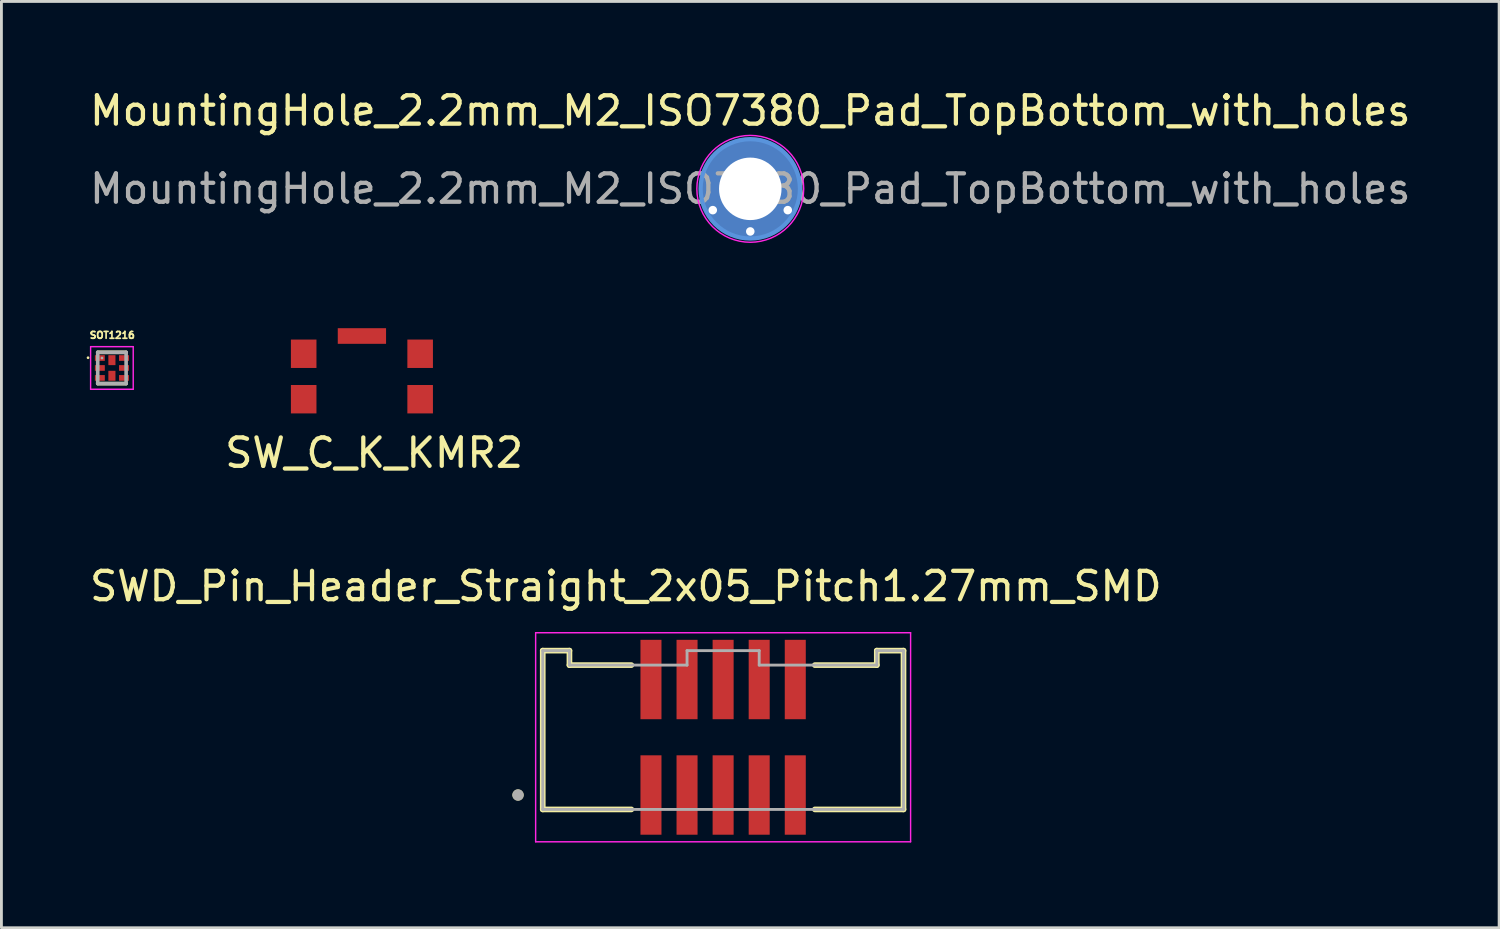
<source format=kicad_pcb>
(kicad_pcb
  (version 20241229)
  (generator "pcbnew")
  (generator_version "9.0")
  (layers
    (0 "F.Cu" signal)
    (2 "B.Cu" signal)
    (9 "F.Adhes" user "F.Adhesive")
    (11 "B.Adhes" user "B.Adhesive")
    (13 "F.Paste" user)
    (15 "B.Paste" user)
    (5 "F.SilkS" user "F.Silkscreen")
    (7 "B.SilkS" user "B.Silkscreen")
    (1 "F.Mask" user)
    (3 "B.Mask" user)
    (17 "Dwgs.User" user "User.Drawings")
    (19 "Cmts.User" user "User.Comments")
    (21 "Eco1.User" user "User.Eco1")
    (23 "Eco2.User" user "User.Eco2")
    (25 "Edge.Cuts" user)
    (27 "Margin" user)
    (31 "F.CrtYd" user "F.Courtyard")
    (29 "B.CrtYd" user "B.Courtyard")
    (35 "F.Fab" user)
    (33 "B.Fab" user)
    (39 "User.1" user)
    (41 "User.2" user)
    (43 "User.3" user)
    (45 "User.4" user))
  (footprint "SWD_Pin_Header_Straight_2x05_Pitch1.27mm_SMD"
    (layer "F.Cu")
    (at 22.407 22.905)
    (property "Reference" "SWD_Pin_Header_Straight_2x05_Pitch1.27mm_SMD" (at -3.425 -5.315 0) (layer "F.SilkS") (effects (font (size 1 1) (thickness 0.15))))
    (attr smd)
    (fp_line (start -6.35 -3.05) (end -5.41 -3.05) (stroke (width 0.2) (type solid)) (layer "F.SilkS"))
    (fp_line (start -6.35 2.54) (end -6.35 -3.05) (stroke (width 0.2) (type solid)) (layer "F.SilkS"))
    (fp_line (start -5.41 -3.05) (end -5.41 -2.54) (stroke (width 0.2) (type solid)) (layer "F.SilkS"))
    (fp_line (start -5.41 -2.54) (end -3.23 -2.54) (stroke (width 0.2) (type solid)) (layer "F.SilkS"))
    (fp_line (start -3.23 2.54) (end -6.35 2.54) (stroke (width 0.2) (type solid)) (layer "F.SilkS"))
    (fp_line (start 3.23 -2.54) (end 5.41 -2.54) (stroke (width 0.2) (type solid)) (layer "F.SilkS"))
    (fp_line (start 5.41 -3.05) (end 6.35 -3.05) (stroke (width 0.2) (type solid)) (layer "F.SilkS"))
    (fp_line (start 5.41 -2.54) (end 5.41 -3.05) (stroke (width 0.2) (type solid)) (layer "F.SilkS"))
    (fp_line (start 6.35 -3.05) (end 6.35 2.54) (stroke (width 0.2) (type solid)) (layer "F.SilkS"))
    (fp_line (start 6.35 2.54) (end 3.23 2.54) (stroke (width 0.2) (type solid)) (layer "F.SilkS"))
    (fp_circle (center -7.22 2.033) (end -7.12 2.033) (stroke (width 0.2) (type solid)) (fill no) (layer "F.SilkS"))
    (fp_line (start -6.6 -3.68) (end -6.6 3.68) (stroke (width 0.05) (type solid)) (layer "F.CrtYd"))
    (fp_line (start -6.6 3.68) (end 6.6 3.68) (stroke (width 0.05) (type solid)) (layer "F.CrtYd"))
    (fp_line (start 6.6 -3.68) (end -6.6 -3.68) (stroke (width 0.05) (type solid)) (layer "F.CrtYd"))
    (fp_line (start 6.6 3.68) (end 6.6 -3.68) (stroke (width 0.05) (type solid)) (layer "F.CrtYd"))
    (fp_line (start -6.35 -3.05) (end -5.41 -3.05) (stroke (width 0.1) (type solid)) (layer "F.Fab"))
    (fp_line (start -6.35 2.54) (end -6.35 -3.05) (stroke (width 0.1) (type solid)) (layer "F.Fab"))
    (fp_line (start -5.41 -3.05) (end -5.41 -2.54) (stroke (width 0.1) (type solid)) (layer "F.Fab"))
    (fp_line (start -5.41 -2.54) (end -1.27 -2.54) (stroke (width 0.1) (type solid)) (layer "F.Fab"))
    (fp_line (start -1.27 -3.05) (end 1.27 -3.05) (stroke (width 0.1) (type solid)) (layer "F.Fab"))
    (fp_line (start -1.27 -2.54) (end -1.27 -3.05) (stroke (width 0.1) (type solid)) (layer "F.Fab"))
    (fp_line (start 1.27 -3.05) (end 1.27 -2.54) (stroke (width 0.1) (type solid)) (layer "F.Fab"))
    (fp_line (start 1.27 -2.54) (end 5.41 -2.54) (stroke (width 0.1) (type solid)) (layer "F.Fab"))
    (fp_line (start 5.41 -3.05) (end 6.35 -3.05) (stroke (width 0.1) (type solid)) (layer "F.Fab"))
    (fp_line (start 5.41 -2.54) (end 5.41 -3.05) (stroke (width 0.1) (type solid)) (layer "F.Fab"))
    (fp_line (start 6.35 -3.05) (end 6.35 2.54) (stroke (width 0.1) (type solid)) (layer "F.Fab"))
    (fp_line (start 6.35 2.54) (end -6.35 2.54) (stroke (width 0.1) (type solid)) (layer "F.Fab"))
    (fp_circle (center -7.22 2.033) (end -7.12 2.033) (stroke (width 0.2) (type solid)) (fill no) (layer "F.Fab"))
    (pad "1" smd rect (at -2.54 2.033) (size 0.74 2.795) (layers "F.Cu" "F.Mask" "F.Paste"))
    (pad "2" smd rect (at -2.54 -2.033) (size 0.74 2.795) (layers "F.Cu" "F.Mask" "F.Paste"))
    (pad "3" smd rect (at -1.27 2.033) (size 0.74 2.795) (layers "F.Cu" "F.Mask" "F.Paste"))
    (pad "4" smd rect (at -1.27 -2.033) (size 0.74 2.795) (layers "F.Cu" "F.Mask" "F.Paste"))
    (pad "5" smd rect (at 0 2.033) (size 0.74 2.795) (layers "F.Cu" "F.Mask" "F.Paste"))
    (pad "6" smd rect (at 0 -2.033) (size 0.74 2.795) (layers "F.Cu" "F.Mask" "F.Paste"))
    (pad "7" smd rect (at 1.27 2.033) (size 0.74 2.795) (layers "F.Cu" "F.Mask" "F.Paste"))
    (pad "8" smd rect (at 1.27 -2.033) (size 0.74 2.795) (layers "F.Cu" "F.Mask" "F.Paste"))
    (pad "9" smd rect (at 2.54 2.033) (size 0.74 2.795) (layers "F.Cu" "F.Mask" "F.Paste"))
    (pad "10" smd rect (at 2.54 -2.033) (size 0.74 2.795) (layers "F.Cu" "F.Mask" "F.Paste")))
  (footprint "MountingHole_2.2mm_M2_ISO7380_Pad_TopBottom_with_holes"
    (layer "F.Cu")
    (at 23.363 3.598)
    (property "Reference" "MountingHole_2.2mm_M2_ISO7380_Pad_TopBottom_with_holes" (at 0 -2.75 0) (layer "F.SilkS") (effects (font (size 1 1) (thickness 0.15))))
    (attr exclude_from_pos_files exclude_from_bom)
    (fp_circle (center 0 0) (end 1.75 0) (stroke (width 0.15) (type solid)) (fill no) (layer "Cmts.User"))
    (fp_circle (center 0 0) (end 1.88 -0.05) (stroke (width 0.05) (type solid)) (fill no) (layer "F.CrtYd"))
    (fp_text user "${REFERENCE}" (at 0 0 0) (layer "F.Fab") (effects (font (size 1 1) (thickness 0.15))))
    (pad "1" thru_hole circle (at -1.32 0.75) (size 0.3 0.3) (drill 0.3) (layers "*.Cu" "*.Mask"))
    (pad "1" thru_hole circle (at 0 0) (size 2.6 2.6) (drill 2.2) (layers "*.Cu" "*.Mask"))
    (pad "1" connect circle (at 0 0) (size 3.5 3.5) (layers "F.Cu" "F.Mask"))
    (pad "1" connect circle (at 0 0) (size 3.5 3.5) (layers "B.Cu" "B.Mask"))
    (pad "1" thru_hole circle (at 0 1.5) (size 0.3 0.3) (drill 0.3) (layers "*.Cu" "*.Mask"))
    (pad "1" thru_hole circle (at 1.32 0.75) (size 0.3 0.3) (drill 0.3) (layers "*.Cu" "*.Mask")))
  (footprint "SW_C_K_KMR2"
    (layer "F.Cu")
    (at 9.691 10.204)
    (property "Reference" "SW_C_K_KMR2" (at 0.43 2.69 0) (layer "F.SilkS") (effects (font (size 1 1) (thickness 0.15))))
    (attr through_hole)
    (pad "1" smd rect (at -2.05 -0.8) (size 0.9 1) (layers "F.Cu" "F.Mask" "F.Paste"))
    (pad "2" smd rect (at -2.05 0.8) (size 0.9 1) (layers "F.Cu" "F.Mask" "F.Paste"))
    (pad "3" smd rect (at 2.05 -0.8) (size 0.9 1) (layers "F.Cu" "F.Mask" "F.Paste"))
    (pad "4" smd rect (at 2.05 0.8) (size 0.9 1) (layers "F.Cu" "F.Mask" "F.Paste"))
    (pad "5" smd rect (at 0 -1.425) (size 1.7 0.55) (layers "F.Cu" "F.Mask" "F.Paste")))
  (footprint "SOT1216"
    (layer "F.Cu")
    (at 0.89 9.904)
    (property "Reference" "SOT1216" (at 0.012 -1.154 0) (layer "F.SilkS") (effects (font (size 0.24 0.24) (thickness 0.15))))
    (attr smd)
    (fp_poly (pts (xy -0.601 -0.15) (xy -0.25 -0.15) (xy -0.25 0.15) (xy -0.601 0.15)) (stroke (width 0.01) (type solid)) (fill yes) (layer "F.Mask"))
    (fp_poly (pts (xy -0.601 0.2) (xy -0.25 0.2) (xy -0.25 0.501) (xy -0.601 0.501)) (stroke (width 0.01) (type solid)) (fill yes) (layer "F.Mask"))
    (fp_poly (pts (xy -0.6 -0.5) (xy -0.25 -0.5) (xy -0.25 -0.2) (xy -0.6 -0.2)) (stroke (width 0.01) (type solid)) (fill yes) (layer "F.Mask"))
    (fp_poly (pts (xy -0.175 0.05) (xy 0.175 0.05) (xy 0.175 0.501) (xy -0.175 0.501)) (stroke (width 0.01) (type solid)) (fill yes) (layer "F.Mask"))
    (fp_poly (pts (xy -0.175 -0.5) (xy 0.175 -0.5) (xy 0.175 -0.05) (xy -0.175 -0.05)) (stroke (width 0.01) (type solid)) (fill yes) (layer "F.Mask"))
    (fp_poly (pts (xy 0.25 -0.5) (xy 0.6 -0.5) (xy 0.6 -0.2) (xy 0.25 -0.2)) (stroke (width 0.01) (type solid)) (fill yes) (layer "F.Mask"))
    (fp_poly (pts (xy 0.25 -0.15) (xy 0.6 -0.15) (xy 0.6 0.15) (xy 0.25 0.15)) (stroke (width 0.01) (type solid)) (fill yes) (layer "F.Mask"))
    (fp_poly (pts (xy 0.25 0.2) (xy 0.6 0.2) (xy 0.6 0.5) (xy 0.25 0.5)) (stroke (width 0.01) (type solid)) (fill yes) (layer "F.Mask"))
    (fp_line (start -0.5 -0.55) (end 0.5 -0.55) (stroke (width 0.127) (type solid)) (layer "F.SilkS"))
    (fp_line (start 0.5 0.55) (end -0.5 0.55) (stroke (width 0.127) (type solid)) (layer "F.SilkS"))
    (fp_circle (center -0.84 -0.36) (end -0.815 -0.36) (stroke (width 0.05) (type solid)) (fill no) (layer "F.SilkS"))
    (fp_poly (pts (xy -0.551 -0.45) (xy -0.3 -0.45) (xy -0.3 -0.25) (xy -0.551 -0.25)) (stroke (width 0.01) (type solid)) (fill yes) (layer "F.Paste"))
    (fp_poly (pts (xy -0.55 -0.1) (xy -0.3 -0.1) (xy -0.3 0.1) (xy -0.55 0.1)) (stroke (width 0.01) (type solid)) (fill yes) (layer "F.Paste"))
    (fp_poly (pts (xy -0.55 0.25) (xy -0.3 0.25) (xy -0.3 0.45) (xy -0.55 0.45)) (stroke (width 0.01) (type solid)) (fill yes) (layer "F.Paste"))
    (fp_poly (pts (xy -0.079 0.165) (xy 0.079 0.165) (xy 0.079 0.386) (xy -0.079 0.386)) (stroke (width 0.01) (type solid)) (fill yes) (layer "F.Paste"))
    (fp_poly (pts (xy -0.079 -0.386) (xy 0.079 -0.386) (xy 0.079 -0.165) (xy -0.079 -0.165)) (stroke (width 0.01) (type solid)) (fill yes) (layer "F.Paste"))
    (fp_poly (pts (xy 0.3 -0.45) (xy 0.55 -0.45) (xy 0.55 -0.25) (xy 0.3 -0.25)) (stroke (width 0.01) (type solid)) (fill yes) (layer "F.Paste"))
    (fp_poly (pts (xy 0.3 0.25) (xy 0.55 0.25) (xy 0.55 0.45) (xy 0.3 0.45)) (stroke (width 0.01) (type solid)) (fill yes) (layer "F.Paste"))
    (fp_poly (pts (xy 0.301 -0.1) (xy 0.55 -0.1) (xy 0.55 0.1) (xy 0.301 0.1)) (stroke (width 0.01) (type solid)) (fill yes) (layer "F.Paste"))
    (fp_line (start -0.75 -0.75) (end 0.75 -0.75) (stroke (width 0.05) (type solid)) (layer "F.CrtYd"))
    (fp_line (start -0.75 0.75) (end -0.75 -0.75) (stroke (width 0.05) (type solid)) (layer "F.CrtYd"))
    (fp_line (start 0.75 -0.75) (end 0.75 0.75) (stroke (width 0.05) (type solid)) (layer "F.CrtYd"))
    (fp_line (start 0.75 0.75) (end -0.75 0.75) (stroke (width 0.05) (type solid)) (layer "F.CrtYd"))
    (fp_line (start -0.5 -0.55) (end 0.5 -0.55) (stroke (width 0.127) (type solid)) (layer "F.Fab"))
    (fp_line (start -0.5 0.55) (end -0.5 -0.55) (stroke (width 0.127) (type solid)) (layer "F.Fab"))
    (fp_line (start 0.5 -0.55) (end 0.5 0.55) (stroke (width 0.127) (type solid)) (layer "F.Fab"))
    (fp_line (start 0.5 0.55) (end -0.5 0.55) (stroke (width 0.127) (type solid)) (layer "F.Fab"))
    (fp_circle (center -0.35 -0.35) (end -0.325 -0.35) (stroke (width 0.05) (type solid)) (fill no) (layer "F.Fab"))
    (pad "1" smd rect (at -0.425 -0.35) (size 0.35 0.2) (layers "F.Cu"))
    (pad "2" smd rect (at -0.425 0) (size 0.35 0.2) (layers "F.Cu"))
    (pad "3" smd rect (at -0.425 0.35) (size 0.35 0.2) (layers "F.Cu"))
    (pad "3" smd rect (at 0 0.275) (size 0.25 0.35) (layers "F.Cu"))
    (pad "4" smd rect (at 0.425 0.35 180) (size 0.35 0.2) (layers "F.Cu"))
    (pad "5" smd rect (at 0.425 0 180) (size 0.35 0.2) (layers "F.Cu"))
    (pad "6" smd rect (at 0 -0.275) (size 0.25 0.35) (layers "F.Cu"))
    (pad "6" smd rect (at 0.425 -0.35 180) (size 0.35 0.2) (layers "F.Cu")))
  (gr_rect
    (start -3 -3)
    (end 49.726 29.61)
    (stroke (width 0.1) (type default))
    (fill no)
    (layer "Edge.Cuts")))
</source>
